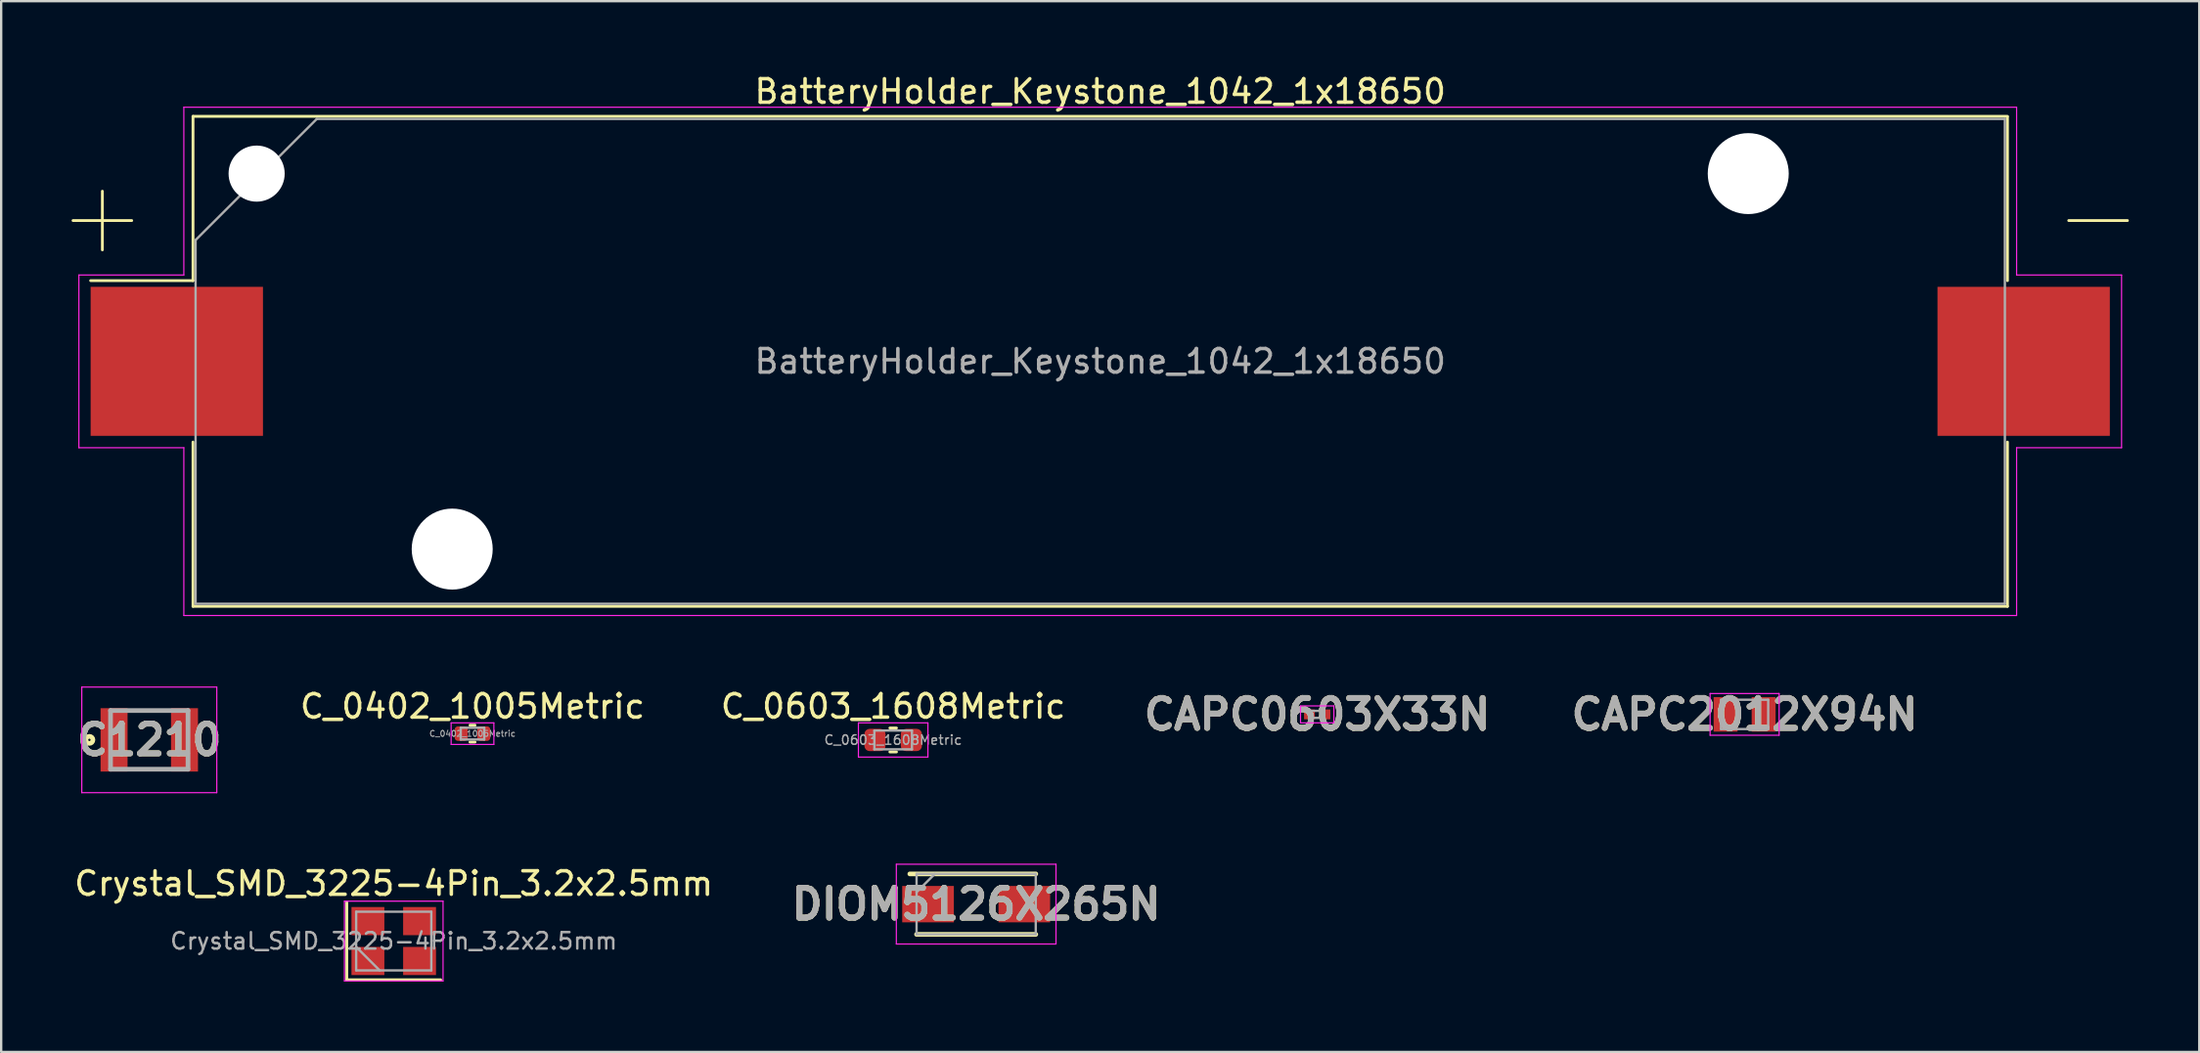
<source format=kicad_pcb>
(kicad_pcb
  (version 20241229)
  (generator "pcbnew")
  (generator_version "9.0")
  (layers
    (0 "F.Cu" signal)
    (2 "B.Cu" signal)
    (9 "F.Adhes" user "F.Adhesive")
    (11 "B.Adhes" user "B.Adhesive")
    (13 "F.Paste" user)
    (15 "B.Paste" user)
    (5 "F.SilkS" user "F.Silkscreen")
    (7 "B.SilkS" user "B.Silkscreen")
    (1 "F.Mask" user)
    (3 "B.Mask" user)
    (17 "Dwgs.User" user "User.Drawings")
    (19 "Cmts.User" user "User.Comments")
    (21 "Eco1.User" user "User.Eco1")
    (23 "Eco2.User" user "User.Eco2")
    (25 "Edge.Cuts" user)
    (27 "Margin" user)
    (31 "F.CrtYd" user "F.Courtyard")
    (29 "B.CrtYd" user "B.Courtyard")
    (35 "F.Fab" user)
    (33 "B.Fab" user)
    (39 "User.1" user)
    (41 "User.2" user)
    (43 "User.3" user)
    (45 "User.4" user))
  (footprint "C1210"
    (layer "F.Cu")
    (at 3.308 28.478)
    (property "Reference" "C1210" (at 0 0 0) (layer "F.SilkS") (effects (font (size 1.27 1.27) (thickness 0.254))))
    (attr smd)
    (fp_circle (center -2.55 0) (end -2.55 0.05) (stroke (width 0.2) (type solid)) (fill no) (layer "F.SilkS"))
    (fp_line (start -2.875 -2.25) (end 2.875 -2.25) (stroke (width 0.05) (type solid)) (layer "F.CrtYd"))
    (fp_line (start -2.875 2.25) (end -2.875 -2.25) (stroke (width 0.05) (type solid)) (layer "F.CrtYd"))
    (fp_line (start 2.875 -2.25) (end 2.875 2.25) (stroke (width 0.05) (type solid)) (layer "F.CrtYd"))
    (fp_line (start 2.875 2.25) (end -2.875 2.25) (stroke (width 0.05) (type solid)) (layer "F.CrtYd"))
    (fp_line (start -1.65 -1.25) (end 1.65 -1.25) (stroke (width 0.2) (type solid)) (layer "F.Fab"))
    (fp_line (start -1.65 1.25) (end -1.65 -1.25) (stroke (width 0.2) (type solid)) (layer "F.Fab"))
    (fp_line (start 1.65 -1.25) (end 1.65 1.25) (stroke (width 0.2) (type solid)) (layer "F.Fab"))
    (fp_line (start 1.65 1.25) (end -1.65 1.25) (stroke (width 0.2) (type solid)) (layer "F.Fab"))
    (fp_text user "${REFERENCE}" (at 0 0 0) (layer "F.Fab") (effects (font (size 1.27 1.27) (thickness 0.254))))
    (pad "1" smd rect (at -1.5 0) (size 1.15 2.7) (layers "F.Cu" "F.Mask" "F.Paste"))
    (pad "2" smd rect (at 1.5 0) (size 1.15 2.7) (layers "F.Cu" "F.Mask" "F.Paste")))
  (footprint "CAPC0603X33N"
    (layer "F.Cu")
    (at 53.051 27.392)
    (property "Reference" "CAPC0603X33N" (at 0 0 0) (layer "F.SilkS") (effects (font (size 1.27 1.27) (thickness 0.254))))
    (attr smd)
    (fp_line (start -0.71 -0.36) (end 0.71 -0.36) (stroke (width 0.05) (type solid)) (layer "F.CrtYd"))
    (fp_line (start -0.71 0.36) (end -0.71 -0.36) (stroke (width 0.05) (type solid)) (layer "F.CrtYd"))
    (fp_line (start 0.71 -0.36) (end 0.71 0.36) (stroke (width 0.05) (type solid)) (layer "F.CrtYd"))
    (fp_line (start 0.71 0.36) (end -0.71 0.36) (stroke (width 0.05) (type solid)) (layer "F.CrtYd"))
    (fp_line (start -0.3 -0.15) (end 0.3 -0.15) (stroke (width 0.1) (type solid)) (layer "F.Fab"))
    (fp_line (start -0.3 0.15) (end -0.3 -0.15) (stroke (width 0.1) (type solid)) (layer "F.Fab"))
    (fp_line (start 0.3 -0.15) (end 0.3 0.15) (stroke (width 0.1) (type solid)) (layer "F.Fab"))
    (fp_line (start 0.3 0.15) (end -0.3 0.15) (stroke (width 0.1) (type solid)) (layer "F.Fab"))
    (fp_text user "${REFERENCE}" (at 0 0 0) (layer "F.Fab") (effects (font (size 1.27 1.27) (thickness 0.254))))
    (pad "1" smd rect (at -0.33 0 90) (size 0.42 0.46) (layers "F.Cu" "F.Mask" "F.Paste"))
    (pad "2" smd rect (at 0.33 0 90) (size 0.42 0.46) (layers "F.Cu" "F.Mask" "F.Paste")))
  (footprint "DIOM5126X265N"
    (layer "F.Cu")
    (at 38.526 35.478)
    (property "Reference" "DIOM5126X265N" (at 0 0 0) (layer "F.SilkS") (effects (font (size 1.27 1.27) (thickness 0.254))))
    (attr smd)
    (fp_line (start -2.538 1.288) (end 2.538 1.288) (stroke (width 0.2) (type solid)) (layer "F.SilkS"))
    (fp_line (start 2.538 -1.288) (end -2.825 -1.288) (stroke (width 0.2) (type solid)) (layer "F.SilkS"))
    (fp_line (start -3.4 -1.7) (end 3.4 -1.7) (stroke (width 0.05) (type solid)) (layer "F.CrtYd"))
    (fp_line (start -3.4 1.7) (end -3.4 -1.7) (stroke (width 0.05) (type solid)) (layer "F.CrtYd"))
    (fp_line (start 3.4 -1.7) (end 3.4 1.7) (stroke (width 0.05) (type solid)) (layer "F.CrtYd"))
    (fp_line (start 3.4 1.7) (end -3.4 1.7) (stroke (width 0.05) (type solid)) (layer "F.CrtYd"))
    (fp_line (start -2.538 -1.288) (end 2.538 -1.288) (stroke (width 0.1) (type solid)) (layer "F.Fab"))
    (fp_line (start -2.538 -0.512) (end -1.762 -1.288) (stroke (width 0.1) (type solid)) (layer "F.Fab"))
    (fp_line (start -2.538 1.288) (end -2.538 -1.288) (stroke (width 0.1) (type solid)) (layer "F.Fab"))
    (fp_line (start 2.538 -1.288) (end 2.538 1.288) (stroke (width 0.1) (type solid)) (layer "F.Fab"))
    (fp_line (start 2.538 1.288) (end -2.538 1.288) (stroke (width 0.1) (type solid)) (layer "F.Fab"))
    (fp_text user "${REFERENCE}" (at 0 0 0) (layer "F.Fab") (effects (font (size 1.27 1.27) (thickness 0.254))))
    (pad "1" smd rect (at -2.05 0 90) (size 1.55 2.2) (layers "F.Cu" "F.Mask" "F.Paste"))
    (pad "2" smd rect (at 2.05 0 90) (size 1.55 2.2) (layers "F.Cu" "F.Mask" "F.Paste")))
  (footprint "C_0402_1005Metric"
    (layer "F.Cu")
    (at 17.074 28.212)
    (property "Reference" "C_0402_1005Metric" (at 0 -1.16 0) (layer "F.SilkS") (effects (font (size 1 1) (thickness 0.15))))
    (attr smd)
    (fp_line (start -0.108 -0.36) (end 0.108 -0.36) (stroke (width 0.12) (type solid)) (layer "F.SilkS"))
    (fp_line (start -0.108 0.36) (end 0.108 0.36) (stroke (width 0.12) (type solid)) (layer "F.SilkS"))
    (fp_line (start -0.91 -0.46) (end 0.91 -0.46) (stroke (width 0.05) (type solid)) (layer "F.CrtYd"))
    (fp_line (start -0.91 0.46) (end -0.91 -0.46) (stroke (width 0.05) (type solid)) (layer "F.CrtYd"))
    (fp_line (start 0.91 -0.46) (end 0.91 0.46) (stroke (width 0.05) (type solid)) (layer "F.CrtYd"))
    (fp_line (start 0.91 0.46) (end -0.91 0.46) (stroke (width 0.05) (type solid)) (layer "F.CrtYd"))
    (fp_line (start -0.5 -0.25) (end 0.5 -0.25) (stroke (width 0.1) (type solid)) (layer "F.Fab"))
    (fp_line (start -0.5 0.25) (end -0.5 -0.25) (stroke (width 0.1) (type solid)) (layer "F.Fab"))
    (fp_line (start 0.5 -0.25) (end 0.5 0.25) (stroke (width 0.1) (type solid)) (layer "F.Fab"))
    (fp_line (start 0.5 0.25) (end -0.5 0.25) (stroke (width 0.1) (type solid)) (layer "F.Fab"))
    (fp_text user "${REFERENCE}" (at 0 0 0) (layer "F.Fab") (effects (font (size 0.25 0.25) (thickness 0.04))))
    (pad "1" smd roundrect (at -0.48 0) (size 0.56 0.62) (layers "F.Cu" "F.Mask" "F.Paste") (roundrect_rratio 0.25))
    (pad "2" smd roundrect (at 0.48 0) (size 0.56 0.62) (layers "F.Cu" "F.Mask" "F.Paste") (roundrect_rratio 0.25)))
  (footprint "BatteryHolder_Keystone_1042_1x18650"
    (layer "F.Cu")
    (at 43.81 12.348)
    (property "Reference" "BatteryHolder_Keystone_1042_1x18650" (at 0 -11.5 0) (layer "F.SilkS") (effects (font (size 1 1) (thickness 0.15))))
    (attr smd)
    (fp_line (start -43.75 -6) (end -41.25 -6) (stroke (width 0.12) (type solid)) (layer "F.SilkS"))
    (fp_line (start -42.5 -4.75) (end -42.5 -7.25) (stroke (width 0.12) (type solid)) (layer "F.SilkS"))
    (fp_line (start -38.64 -10.44) (end -38.64 -3.44) (stroke (width 0.12) (type solid)) (layer "F.SilkS"))
    (fp_line (start -38.64 -3.44) (end -43 -3.44) (stroke (width 0.12) (type solid)) (layer "F.SilkS"))
    (fp_line (start -38.64 10.44) (end -38.64 3.44) (stroke (width 0.12) (type solid)) (layer "F.SilkS"))
    (fp_line (start 38.64 -10.44) (end -38.64 -10.44) (stroke (width 0.12) (type solid)) (layer "F.SilkS"))
    (fp_line (start 38.64 -3.44) (end 38.64 -10.42) (stroke (width 0.12) (type solid)) (layer "F.SilkS"))
    (fp_line (start 38.64 3.44) (end 38.64 10.44) (stroke (width 0.12) (type solid)) (layer "F.SilkS"))
    (fp_line (start 38.64 10.44) (end -38.64 10.44) (stroke (width 0.12) (type solid)) (layer "F.SilkS"))
    (fp_line (start 43.75 -6) (end 41.25 -6) (stroke (width 0.12) (type solid)) (layer "F.SilkS"))
    (fp_line (start -43.5 -3.68) (end -39.03 -3.68) (stroke (width 0.05) (type solid)) (layer "F.CrtYd"))
    (fp_line (start -43.5 3.68) (end -43.5 -3.68) (stroke (width 0.05) (type solid)) (layer "F.CrtYd"))
    (fp_line (start -39.03 -10.83) (end -39.03 -3.68) (stroke (width 0.05) (type solid)) (layer "F.CrtYd"))
    (fp_line (start -39.03 -10.83) (end 39.03 -10.83) (stroke (width 0.05) (type solid)) (layer "F.CrtYd"))
    (fp_line (start -39.03 3.68) (end -43.5 3.68) (stroke (width 0.05) (type solid)) (layer "F.CrtYd"))
    (fp_line (start -39.03 10.83) (end -39.03 3.68) (stroke (width 0.05) (type solid)) (layer "F.CrtYd"))
    (fp_line (start -39.03 10.83) (end 39.03 10.83) (stroke (width 0.05) (type solid)) (layer "F.CrtYd"))
    (fp_line (start 39.03 -10.83) (end 39.03 -3.68) (stroke (width 0.05) (type solid)) (layer "F.CrtYd"))
    (fp_line (start 39.03 3.68) (end 43.5 3.68) (stroke (width 0.05) (type solid)) (layer "F.CrtYd"))
    (fp_line (start 39.03 10.83) (end 39.03 3.68) (stroke (width 0.05) (type solid)) (layer "F.CrtYd"))
    (fp_line (start 43.5 -3.68) (end 39.03 -3.68) (stroke (width 0.05) (type solid)) (layer "F.CrtYd"))
    (fp_line (start 43.5 3.68) (end 43.5 -3.68) (stroke (width 0.05) (type solid)) (layer "F.CrtYd"))
    (fp_line (start -38.53 -5.168) (end -38.53 10.33) (stroke (width 0.1) (type solid)) (layer "F.Fab"))
    (fp_line (start -38.53 10.33) (end 38.53 10.33) (stroke (width 0.1) (type solid)) (layer "F.Fab"))
    (fp_line (start -33.367 -10.33) (end -38.53 -5.168) (stroke (width 0.1) (type solid)) (layer "F.Fab"))
    (fp_line (start -33.367 -10.33) (end 38.53 -10.33) (stroke (width 0.1) (type solid)) (layer "F.Fab"))
    (fp_line (start 38.53 -10.33) (end 38.53 10.33) (stroke (width 0.1) (type solid)) (layer "F.Fab"))
    (fp_text user "${REFERENCE}" (at 0 0 0) (layer "F.Fab") (effects (font (size 1 1) (thickness 0.15))))
    (pad "" np_thru_hole circle (at -35.93 -8 180) (size 2.39 2.39) (drill 2.39) (layers "*.Cu" "*.Mask"))
    (pad "" np_thru_hole circle (at -27.6 8 180) (size 3.45 3.45) (drill 3.45) (layers "*.Cu" "*.Mask"))
    (pad "" np_thru_hole circle (at 27.6 -8 180) (size 3.45 3.45) (drill 3.45) (layers "*.Cu" "*.Mask"))
    (pad "1" smd rect (at -39.33 0 180) (size 7.34 6.35) (layers "F.Cu" "F.Mask" "F.Paste"))
    (pad "2" smd rect (at 39.33 0 180) (size 7.34 6.35) (layers "F.Cu" "F.Mask" "F.Paste")))
  (footprint "C_0603_1608Metric"
    (layer "F.Cu")
    (at 34.991 28.482)
    (property "Reference" "C_0603_1608Metric" (at 0 -1.43 0) (layer "F.SilkS") (effects (font (size 1 1) (thickness 0.15))))
    (attr smd)
    (fp_line (start -0.141 -0.51) (end 0.141 -0.51) (stroke (width 0.12) (type solid)) (layer "F.SilkS"))
    (fp_line (start -0.141 0.51) (end 0.141 0.51) (stroke (width 0.12) (type solid)) (layer "F.SilkS"))
    (fp_line (start -1.48 -0.73) (end 1.48 -0.73) (stroke (width 0.05) (type solid)) (layer "F.CrtYd"))
    (fp_line (start -1.48 0.73) (end -1.48 -0.73) (stroke (width 0.05) (type solid)) (layer "F.CrtYd"))
    (fp_line (start 1.48 -0.73) (end 1.48 0.73) (stroke (width 0.05) (type solid)) (layer "F.CrtYd"))
    (fp_line (start 1.48 0.73) (end -1.48 0.73) (stroke (width 0.05) (type solid)) (layer "F.CrtYd"))
    (fp_line (start -0.8 -0.4) (end 0.8 -0.4) (stroke (width 0.1) (type solid)) (layer "F.Fab"))
    (fp_line (start -0.8 0.4) (end -0.8 -0.4) (stroke (width 0.1) (type solid)) (layer "F.Fab"))
    (fp_line (start 0.8 -0.4) (end 0.8 0.4) (stroke (width 0.1) (type solid)) (layer "F.Fab"))
    (fp_line (start 0.8 0.4) (end -0.8 0.4) (stroke (width 0.1) (type solid)) (layer "F.Fab"))
    (fp_text user "${REFERENCE}" (at 0 0 0) (layer "F.Fab") (effects (font (size 0.4 0.4) (thickness 0.06))))
    (pad "1" smd roundrect (at -0.775 0) (size 0.9 0.95) (layers "F.Cu" "F.Mask" "F.Paste") (roundrect_rratio 0.25))
    (pad "2" smd roundrect (at 0.775 0) (size 0.9 0.95) (layers "F.Cu" "F.Mask" "F.Paste") (roundrect_rratio 0.25)))
  (footprint "CAPC2012X94N"
    (layer "F.Cu")
    (at 71.255 27.392)
    (property "Reference" "CAPC2012X94N" (at 0 0 0) (layer "F.SilkS") (effects (font (size 1.27 1.27) (thickness 0.254))))
    (attr smd)
    (fp_line (start -1.47 -0.89) (end 1.47 -0.89) (stroke (width 0.05) (type solid)) (layer "F.CrtYd"))
    (fp_line (start -1.47 0.89) (end -1.47 -0.89) (stroke (width 0.05) (type solid)) (layer "F.CrtYd"))
    (fp_line (start 1.47 -0.89) (end 1.47 0.89) (stroke (width 0.05) (type solid)) (layer "F.CrtYd"))
    (fp_line (start 1.47 0.89) (end -1.47 0.89) (stroke (width 0.05) (type solid)) (layer "F.CrtYd"))
    (fp_line (start -1.005 -0.625) (end 1.005 -0.625) (stroke (width 0.1) (type solid)) (layer "F.Fab"))
    (fp_line (start -1.005 0.625) (end -1.005 -0.625) (stroke (width 0.1) (type solid)) (layer "F.Fab"))
    (fp_line (start 1.005 -0.625) (end 1.005 0.625) (stroke (width 0.1) (type solid)) (layer "F.Fab"))
    (fp_line (start 1.005 0.625) (end -1.005 0.625) (stroke (width 0.1) (type solid)) (layer "F.Fab"))
    (fp_text user "${REFERENCE}" (at 0 0 0) (layer "F.Fab") (effects (font (size 1.27 1.27) (thickness 0.254))))
    (pad "1" smd rect (at -0.81 0) (size 1.02 1.47) (layers "F.Cu" "F.Mask" "F.Paste"))
    (pad "2" smd rect (at 0.81 0) (size 1.02 1.47) (layers "F.Cu" "F.Mask" "F.Paste")))
  (footprint "Crystal_SMD_3225-4Pin_3.2x2.5mm"
    (layer "F.Cu")
    (at 13.72 37.051)
    (property "Reference" "Crystal_SMD_3225-4Pin_3.2x2.5mm" (at 0 -2.45 0) (layer "F.SilkS") (effects (font (size 1 1) (thickness 0.15))))
    (attr smd)
    (fp_line (start -2 -1.65) (end -2 1.65) (stroke (width 0.12) (type solid)) (layer "F.SilkS"))
    (fp_line (start -2 1.65) (end 2 1.65) (stroke (width 0.12) (type solid)) (layer "F.SilkS"))
    (fp_line (start -2.1 -1.7) (end -2.1 1.7) (stroke (width 0.05) (type solid)) (layer "F.CrtYd"))
    (fp_line (start -2.1 1.7) (end 2.1 1.7) (stroke (width 0.05) (type solid)) (layer "F.CrtYd"))
    (fp_line (start 2.1 -1.7) (end -2.1 -1.7) (stroke (width 0.05) (type solid)) (layer "F.CrtYd"))
    (fp_line (start 2.1 1.7) (end 2.1 -1.7) (stroke (width 0.05) (type solid)) (layer "F.CrtYd"))
    (fp_line (start -1.6 -1.25) (end -1.6 1.25) (stroke (width 0.1) (type solid)) (layer "F.Fab"))
    (fp_line (start -1.6 0.25) (end -0.6 1.25) (stroke (width 0.1) (type solid)) (layer "F.Fab"))
    (fp_line (start -1.6 1.25) (end 1.6 1.25) (stroke (width 0.1) (type solid)) (layer "F.Fab"))
    (fp_line (start 1.6 -1.25) (end -1.6 -1.25) (stroke (width 0.1) (type solid)) (layer "F.Fab"))
    (fp_line (start 1.6 1.25) (end 1.6 -1.25) (stroke (width 0.1) (type solid)) (layer "F.Fab"))
    (fp_text user "${REFERENCE}" (at 0 0 0) (layer "F.Fab") (effects (font (size 0.7 0.7) (thickness 0.105))))
    (pad "1" smd rect (at -1.1 0.85) (size 1.4 1.2) (layers "F.Cu" "F.Mask" "F.Paste"))
    (pad "2" smd rect (at 1.1 0.85) (size 1.4 1.2) (layers "F.Cu" "F.Mask" "F.Paste"))
    (pad "3" smd rect (at 1.1 -0.85) (size 1.4 1.2) (layers "F.Cu" "F.Mask" "F.Paste"))
    (pad "4" smd rect (at -1.1 -0.85) (size 1.4 1.2) (layers "F.Cu" "F.Mask" "F.Paste")))
  (gr_rect
    (start -3 -3)
    (end 90.62 41.776)
    (stroke (width 0.1) (type default))
    (fill no)
    (layer "Edge.Cuts")))
</source>
